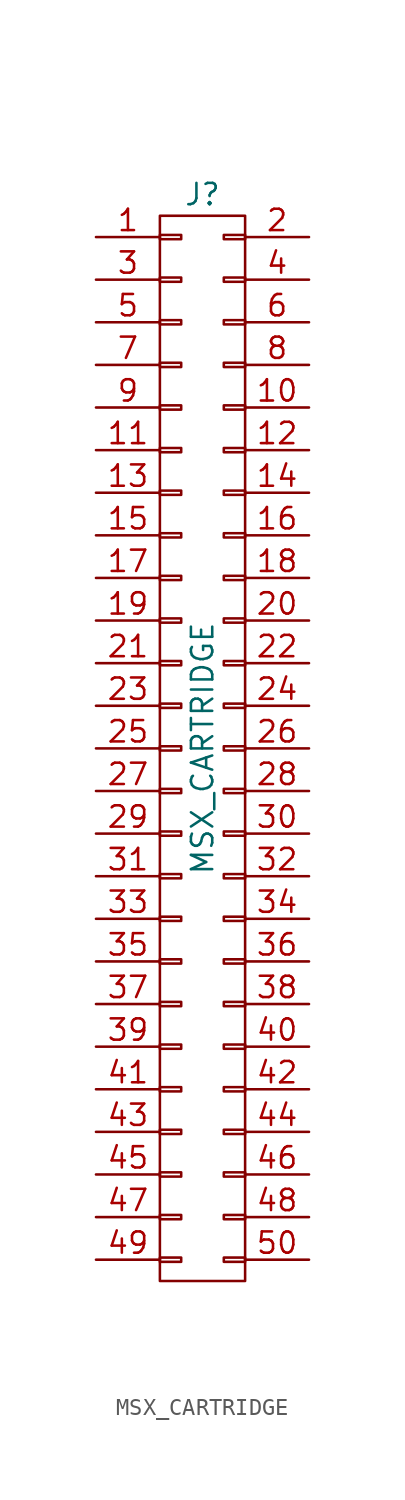
<source format=kicad_sym>
(kicad_symbol_lib
  (version 20231120)
  (generator "kicad_symbol_editor")
  (generator_version "8.0")
  (symbol "MSX_CARTRIDGE"
    (pin_names
      (offset 0.025) hide)
    (property "Reference" "J"
      (at 0 33.02 0)
      (effects (font (size 1.27 1.27))))
    (property "Value" "MSX_CARTRIDGE"
      (at 0 0 90)
      (effects (font (size 1.27 1.27))))
    (symbol "MSX_CARTRIDGE_0_1"
      (rectangle (start -2.54 -30.353) (end -1.27 -30.607) (stroke (width 0) (type solid)) (fill (type none)))
      (rectangle (start -2.54 -27.813) (end -1.27 -28.067) (stroke (width 0) (type solid)) (fill (type none)))
      (rectangle (start -2.54 -25.273) (end -1.27 -25.527) (stroke (width 0) (type solid)) (fill (type none)))
      (rectangle (start -2.54 -22.733) (end -1.27 -22.987) (stroke (width 0) (type solid)) (fill (type none)))
      (rectangle (start -2.54 -20.193) (end -1.27 -20.447) (stroke (width 0) (type solid)) (fill (type none)))
      (rectangle (start -2.54 -17.653) (end -1.27 -17.907) (stroke (width 0) (type solid)) (fill (type none)))
      (rectangle (start -2.54 -15.113) (end -1.27 -15.367) (stroke (width 0) (type solid)) (fill (type none)))
      (rectangle (start -2.54 -12.573) (end -1.27 -12.827) (stroke (width 0) (type solid)) (fill (type none)))
      (rectangle (start -2.54 -10.033) (end -1.27 -10.287) (stroke (width 0) (type solid)) (fill (type none)))
      (rectangle (start -2.54 -7.493) (end -1.27 -7.747) (stroke (width 0) (type solid)) (fill (type none)))
      (rectangle (start -2.54 -4.953) (end -1.27 -5.207) (stroke (width 0) (type solid)) (fill (type none)))
      (rectangle (start -2.54 -2.413) (end -1.27 -2.667) (stroke (width 0) (type solid)) (fill (type none)))
      (rectangle (start -2.54 0.127) (end -1.27 -0.127) (stroke (width 0) (type solid)) (fill (type none)))
      (rectangle (start -2.54 2.667) (end -1.27 2.413) (stroke (width 0) (type solid)) (fill (type none)))
      (rectangle (start -2.54 5.207) (end -1.27 4.953) (stroke (width 0) (type solid)) (fill (type none)))
      (rectangle (start -2.54 7.747) (end -1.27 7.493) (stroke (width 0) (type solid)) (fill (type none)))
      (rectangle (start -2.54 10.287) (end -1.27 10.033) (stroke (width 0) (type solid)) (fill (type none)))
      (rectangle (start -2.54 12.827) (end -1.27 12.573) (stroke (width 0) (type solid)) (fill (type none)))
      (rectangle (start -2.54 15.367) (end -1.27 15.113) (stroke (width 0) (type solid)) (fill (type none)))
      (rectangle (start -2.54 17.907) (end -1.27 17.653) (stroke (width 0) (type solid)) (fill (type none)))
      (rectangle (start -2.54 20.447) (end -1.27 20.193) (stroke (width 0) (type solid)) (fill (type none)))
      (rectangle (start -2.54 22.987) (end -1.27 22.733) (stroke (width 0) (type solid)) (fill (type none)))
      (rectangle (start -2.54 25.527) (end -1.27 25.273) (stroke (width 0) (type solid)) (fill (type none)))
      (rectangle (start -2.54 28.067) (end -1.27 27.813) (stroke (width 0) (type solid)) (fill (type none)))
      (rectangle (start -2.54 30.607) (end -1.27 30.353) (stroke (width 0) (type solid)) (fill (type none)))
      (rectangle (start -2.54 31.75) (end 2.54 -31.75) (stroke (width 0) (type solid)) (fill (type none)))
      (rectangle (start 1.27 -30.353) (end 2.54 -30.607) (stroke (width 0) (type solid)) (fill (type none)))
      (rectangle (start 1.27 -27.813) (end 2.54 -28.067) (stroke (width 0) (type solid)) (fill (type none)))
      (rectangle (start 1.27 -25.273) (end 2.54 -25.527) (stroke (width 0) (type solid)) (fill (type none)))
      (rectangle (start 1.27 -22.733) (end 2.54 -22.987) (stroke (width 0) (type solid)) (fill (type none)))
      (rectangle (start 1.27 -20.193) (end 2.54 -20.447) (stroke (width 0) (type solid)) (fill (type none)))
      (rectangle (start 1.27 -17.653) (end 2.54 -17.907) (stroke (width 0) (type solid)) (fill (type none)))
      (rectangle (start 1.27 -15.113) (end 2.54 -15.367) (stroke (width 0) (type solid)) (fill (type none)))
      (rectangle (start 1.27 -12.573) (end 2.54 -12.827) (stroke (width 0) (type solid)) (fill (type none)))
      (rectangle (start 1.27 -10.033) (end 2.54 -10.287) (stroke (width 0) (type solid)) (fill (type none)))
      (rectangle (start 1.27 -7.493) (end 2.54 -7.747) (stroke (width 0) (type solid)) (fill (type none)))
      (rectangle (start 1.27 -4.953) (end 2.54 -5.207) (stroke (width 0) (type solid)) (fill (type none)))
      (rectangle (start 1.27 -2.413) (end 2.54 -2.667) (stroke (width 0) (type solid)) (fill (type none)))
      (rectangle (start 1.27 0.127) (end 2.54 -0.127) (stroke (width 0) (type solid)) (fill (type none)))
      (rectangle (start 1.27 2.667) (end 2.54 2.413) (stroke (width 0) (type solid)) (fill (type none)))
      (rectangle (start 1.27 5.207) (end 2.54 4.953) (stroke (width 0) (type solid)) (fill (type none)))
      (rectangle (start 1.27 7.747) (end 2.54 7.493) (stroke (width 0) (type solid)) (fill (type none)))
      (rectangle (start 1.27 10.287) (end 2.54 10.033) (stroke (width 0) (type solid)) (fill (type none)))
      (rectangle (start 1.27 12.827) (end 2.54 12.573) (stroke (width 0) (type solid)) (fill (type none)))
      (rectangle (start 1.27 15.367) (end 2.54 15.113) (stroke (width 0) (type solid)) (fill (type none)))
      (rectangle (start 1.27 17.907) (end 2.54 17.653) (stroke (width 0) (type solid)) (fill (type none)))
      (rectangle (start 1.27 20.447) (end 2.54 20.193) (stroke (width 0) (type solid)) (fill (type none)))
      (rectangle (start 1.27 22.987) (end 2.54 22.733) (stroke (width 0) (type solid)) (fill (type none)))
      (rectangle (start 1.27 25.527) (end 2.54 25.273) (stroke (width 0) (type solid)) (fill (type none)))
      (rectangle (start 1.27 28.067) (end 2.54 27.813) (stroke (width 0) (type solid)) (fill (type none)))
      (rectangle (start 1.27 30.607) (end 2.54 30.353) (stroke (width 0) (type solid)) (fill (type none))))
    (symbol "MSX_CARTRIDGE_1_1"
      (pin passive line (at -6.35 30.48 0) (length 3.81) (name "P1" (effects (font (size 1.27 1.27)))) (number "1" (effects (font (size 1.27 1.27)))))
      (pin passive line (at 6.35 20.32 180) (length 3.81) (name "P10" (effects (font (size 1.27 1.27)))) (number "10" (effects (font (size 1.27 1.27)))))
      (pin passive line (at -6.35 17.78 0) (length 3.81) (name "P11" (effects (font (size 1.27 1.27)))) (number "11" (effects (font (size 1.27 1.27)))))
      (pin passive line (at 6.35 17.78 180) (length 3.81) (name "P12" (effects (font (size 1.27 1.27)))) (number "12" (effects (font (size 1.27 1.27)))))
      (pin passive line (at -6.35 15.24 0) (length 3.81) (name "P13" (effects (font (size 1.27 1.27)))) (number "13" (effects (font (size 1.27 1.27)))))
      (pin passive line (at 6.35 15.24 180) (length 3.81) (name "P14" (effects (font (size 1.27 1.27)))) (number "14" (effects (font (size 1.27 1.27)))))
      (pin passive line (at -6.35 12.7 0) (length 3.81) (name "P15" (effects (font (size 1.27 1.27)))) (number "15" (effects (font (size 1.27 1.27)))))
      (pin passive line (at 6.35 12.7 180) (length 3.81) (name "P16" (effects (font (size 1.27 1.27)))) (number "16" (effects (font (size 1.27 1.27)))))
      (pin passive line (at -6.35 10.16 0) (length 3.81) (name "P17" (effects (font (size 1.27 1.27)))) (number "17" (effects (font (size 1.27 1.27)))))
      (pin passive line (at 6.35 10.16 180) (length 3.81) (name "P18" (effects (font (size 1.27 1.27)))) (number "18" (effects (font (size 1.27 1.27)))))
      (pin passive line (at -6.35 7.62 0) (length 3.81) (name "P19" (effects (font (size 1.27 1.27)))) (number "19" (effects (font (size 1.27 1.27)))))
      (pin passive line (at 6.35 30.48 180) (length 3.81) (name "P2" (effects (font (size 1.27 1.27)))) (number "2" (effects (font (size 1.27 1.27)))))
      (pin passive line (at 6.35 7.62 180) (length 3.81) (name "P20" (effects (font (size 1.27 1.27)))) (number "20" (effects (font (size 1.27 1.27)))))
      (pin passive line (at -6.35 5.08 0) (length 3.81) (name "P21" (effects (font (size 1.27 1.27)))) (number "21" (effects (font (size 1.27 1.27)))))
      (pin passive line (at 6.35 5.08 180) (length 3.81) (name "P22" (effects (font (size 1.27 1.27)))) (number "22" (effects (font (size 1.27 1.27)))))
      (pin passive line (at -6.35 2.54 0) (length 3.81) (name "P23" (effects (font (size 1.27 1.27)))) (number "23" (effects (font (size 1.27 1.27)))))
      (pin passive line (at 6.35 2.54 180) (length 3.81) (name "P24" (effects (font (size 1.27 1.27)))) (number "24" (effects (font (size 1.27 1.27)))))
      (pin passive line (at -6.35 0 0) (length 3.81) (name "P25" (effects (font (size 1.27 1.27)))) (number "25" (effects (font (size 1.27 1.27)))))
      (pin passive line (at 6.35 0 180) (length 3.81) (name "P26" (effects (font (size 1.27 1.27)))) (number "26" (effects (font (size 1.27 1.27)))))
      (pin passive line (at -6.35 -2.54 0) (length 3.81) (name "P27" (effects (font (size 1.27 1.27)))) (number "27" (effects (font (size 1.27 1.27)))))
      (pin passive line (at 6.35 -2.54 180) (length 3.81) (name "P28" (effects (font (size 1.27 1.27)))) (number "28" (effects (font (size 1.27 1.27)))))
      (pin passive line (at -6.35 -5.08 0) (length 3.81) (name "P29" (effects (font (size 1.27 1.27)))) (number "29" (effects (font (size 1.27 1.27)))))
      (pin passive line (at -6.35 27.94 0) (length 3.81) (name "P3" (effects (font (size 1.27 1.27)))) (number "3" (effects (font (size 1.27 1.27)))))
      (pin passive line (at 6.35 -5.08 180) (length 3.81) (name "P30" (effects (font (size 1.27 1.27)))) (number "30" (effects (font (size 1.27 1.27)))))
      (pin passive line (at -6.35 -7.62 0) (length 3.81) (name "P31" (effects (font (size 1.27 1.27)))) (number "31" (effects (font (size 1.27 1.27)))))
      (pin passive line (at 6.35 -7.62 180) (length 3.81) (name "P32" (effects (font (size 1.27 1.27)))) (number "32" (effects (font (size 1.27 1.27)))))
      (pin passive line (at -6.35 -10.16 0) (length 3.81) (name "P33" (effects (font (size 1.27 1.27)))) (number "33" (effects (font (size 1.27 1.27)))))
      (pin passive line (at 6.35 -10.16 180) (length 3.81) (name "P34" (effects (font (size 1.27 1.27)))) (number "34" (effects (font (size 1.27 1.27)))))
      (pin passive line (at -6.35 -12.7 0) (length 3.81) (name "P35" (effects (font (size 1.27 1.27)))) (number "35" (effects (font (size 1.27 1.27)))))
      (pin passive line (at 6.35 -12.7 180) (length 3.81) (name "P36" (effects (font (size 1.27 1.27)))) (number "36" (effects (font (size 1.27 1.27)))))
      (pin passive line (at -6.35 -15.24 0) (length 3.81) (name "P37" (effects (font (size 1.27 1.27)))) (number "37" (effects (font (size 1.27 1.27)))))
      (pin passive line (at 6.35 -15.24 180) (length 3.81) (name "P38" (effects (font (size 1.27 1.27)))) (number "38" (effects (font (size 1.27 1.27)))))
      (pin passive line (at -6.35 -17.78 0) (length 3.81) (name "P39" (effects (font (size 1.27 1.27)))) (number "39" (effects (font (size 1.27 1.27)))))
      (pin passive line (at 6.35 27.94 180) (length 3.81) (name "P4" (effects (font (size 1.27 1.27)))) (number "4" (effects (font (size 1.27 1.27)))))
      (pin passive line (at 6.35 -17.78 180) (length 3.81) (name "P40" (effects (font (size 1.27 1.27)))) (number "40" (effects (font (size 1.27 1.27)))))
      (pin passive line (at -6.35 -20.32 0) (length 3.81) (name "P41" (effects (font (size 1.27 1.27)))) (number "41" (effects (font (size 1.27 1.27)))))
      (pin passive line (at 6.35 -20.32 180) (length 3.81) (name "P42" (effects (font (size 1.27 1.27)))) (number "42" (effects (font (size 1.27 1.27)))))
      (pin passive line (at -6.35 -22.86 0) (length 3.81) (name "P43" (effects (font (size 1.27 1.27)))) (number "43" (effects (font (size 1.27 1.27)))))
      (pin passive line (at 6.35 -22.86 180) (length 3.81) (name "P44" (effects (font (size 1.27 1.27)))) (number "44" (effects (font (size 1.27 1.27)))))
      (pin passive line (at -6.35 -25.4 0) (length 3.81) (name "P45" (effects (font (size 1.27 1.27)))) (number "45" (effects (font (size 1.27 1.27)))))
      (pin passive line (at 6.35 -25.4 180) (length 3.81) (name "P46" (effects (font (size 1.27 1.27)))) (number "46" (effects (font (size 1.27 1.27)))))
      (pin passive line (at -6.35 -27.94 0) (length 3.81) (name "P47" (effects (font (size 1.27 1.27)))) (number "47" (effects (font (size 1.27 1.27)))))
      (pin passive line (at 6.35 -27.94 180) (length 3.81) (name "P48" (effects (font (size 1.27 1.27)))) (number "48" (effects (font (size 1.27 1.27)))))
      (pin passive line (at -6.35 -30.48 0) (length 3.81) (name "P49" (effects (font (size 1.27 1.27)))) (number "49" (effects (font (size 1.27 1.27)))))
      (pin passive line (at -6.35 25.4 0) (length 3.81) (name "P5" (effects (font (size 1.27 1.27)))) (number "5" (effects (font (size 1.27 1.27)))))
      (pin passive line (at 6.35 -30.48 180) (length 3.81) (name "P50" (effects (font (size 1.27 1.27)))) (number "50" (effects (font (size 1.27 1.27)))))
      (pin passive line (at 6.35 25.4 180) (length 3.81) (name "P6" (effects (font (size 1.27 1.27)))) (number "6" (effects (font (size 1.27 1.27)))))
      (pin passive line (at -6.35 22.86 0) (length 3.81) (name "P7" (effects (font (size 1.27 1.27)))) (number "7" (effects (font (size 1.27 1.27)))))
      (pin passive line (at 6.35 22.86 180) (length 3.81) (name "P8" (effects (font (size 1.27 1.27)))) (number "8" (effects (font (size 1.27 1.27)))))
      (pin passive line (at -6.35 20.32 0) (length 3.81) (name "P9" (effects (font (size 1.27 1.27)))) (number "9" (effects (font (size 1.27 1.27))))))))
</source>
